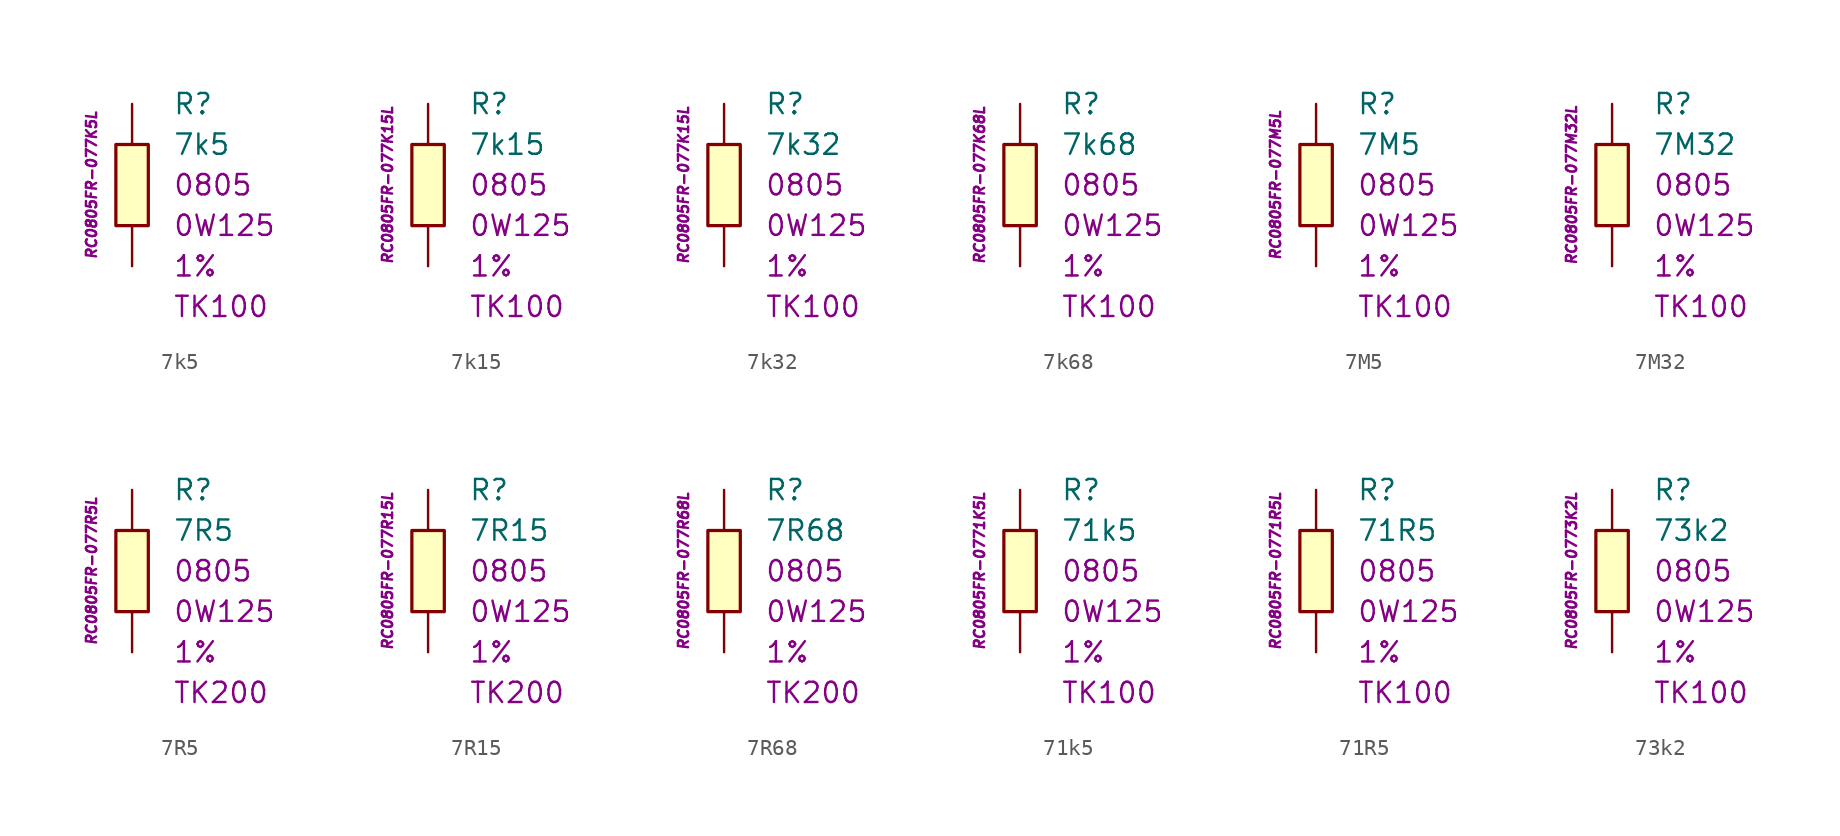
<source format=kicad_sym>
(kicad_symbol_lib
  (version 20201005)
  (generator kicad_symbol_editor)
  (symbol "7k5"
    (pin_numbers hide)
    (pin_names
      (offset 1.016) hide)
    (property "Reference" "R"
      (at 2.54 5.08 0)
      (effects (font (size 1.27 1.27)) (justify left)))
    (property "Value" "7k5"
      (at 2.54 2.54 0)
      (effects (font (size 1.27 1.27)) (justify left)))
    (property "Package" "0805"
      (at 2.54 0 0)
      (effects (font (size 1.27 1.27)) (justify left)))
    (property "Power" "0W125"
      (at 2.54 -2.54 0)
      (effects (font (size 1.27 1.27)) (justify left)))
    (property "Tolerance" "1%"
      (at 2.54 -5.08 0)
      (effects (font (size 1.27 1.27)) (justify left)))
    (property "TK" "TK100"
      (at 2.54 -7.62 0)
      (effects (font (size 1.27 1.27)) (justify left)))
    (property "ID" "RC0805FR-077K5L"
      (at -2.54 0 90)
      (effects (font (size 0.635 0.635) italic)))
    (symbol "7k5_0_1"
      (rectangle (start -1.016 2.54) (end 1.016 -2.54) (stroke (width 0.203)) (fill (type background))))
    (symbol "7k5_1_1"
      (pin passive line (at 0 5.08 270) (length 2.54) (name "~" (effects (font (size 1.778 1.778)))) (number "1" (effects (font (size 1.778 1.778)))))
      (pin passive line (at 0 -5.08 90) (length 2.54) (name "~" (effects (font (size 1.778 1.778)))) (number "2" (effects (font (size 1.778 1.778)))))))
  (symbol "7k15"
    (pin_numbers hide)
    (pin_names
      (offset 1.016) hide)
    (property "Reference" "R"
      (at 2.54 5.08 0)
      (effects (font (size 1.27 1.27)) (justify left)))
    (property "Value" "7k15"
      (at 2.54 2.54 0)
      (effects (font (size 1.27 1.27)) (justify left)))
    (property "Package" "0805"
      (at 2.54 0 0)
      (effects (font (size 1.27 1.27)) (justify left)))
    (property "Power" "0W125"
      (at 2.54 -2.54 0)
      (effects (font (size 1.27 1.27)) (justify left)))
    (property "Tolerance" "1%"
      (at 2.54 -5.08 0)
      (effects (font (size 1.27 1.27)) (justify left)))
    (property "TK" "TK100"
      (at 2.54 -7.62 0)
      (effects (font (size 1.27 1.27)) (justify left)))
    (property "ID" "RC0805FR-077K15L"
      (at -2.54 0 90)
      (effects (font (size 0.635 0.635) italic)))
    (symbol "7k15_0_1"
      (rectangle (start -1.016 2.54) (end 1.016 -2.54) (stroke (width 0.203)) (fill (type background))))
    (symbol "7k15_1_1"
      (pin passive line (at 0 5.08 270) (length 2.54) (name "~" (effects (font (size 1.778 1.778)))) (number "1" (effects (font (size 1.778 1.778)))))
      (pin passive line (at 0 -5.08 90) (length 2.54) (name "~" (effects (font (size 1.778 1.778)))) (number "2" (effects (font (size 1.778 1.778)))))))
  (symbol "7k32"
    (pin_numbers hide)
    (pin_names
      (offset 1.016) hide)
    (property "Reference" "R"
      (at 2.54 5.08 0)
      (effects (font (size 1.27 1.27)) (justify left)))
    (property "Value" "7k32"
      (at 2.54 2.54 0)
      (effects (font (size 1.27 1.27)) (justify left)))
    (property "Package" "0805"
      (at 2.54 0 0)
      (effects (font (size 1.27 1.27)) (justify left)))
    (property "Power" "0W125"
      (at 2.54 -2.54 0)
      (effects (font (size 1.27 1.27)) (justify left)))
    (property "Tolerance" "1%"
      (at 2.54 -5.08 0)
      (effects (font (size 1.27 1.27)) (justify left)))
    (property "TK" "TK100"
      (at 2.54 -7.62 0)
      (effects (font (size 1.27 1.27)) (justify left)))
    (property "ID" "RC0805FR-077K15L"
      (at -2.54 0 90)
      (effects (font (size 0.635 0.635) italic)))
    (symbol "7k32_0_1"
      (rectangle (start -1.016 2.54) (end 1.016 -2.54) (stroke (width 0.203)) (fill (type background))))
    (symbol "7k32_1_1"
      (pin passive line (at 0 5.08 270) (length 2.54) (name "~" (effects (font (size 1.778 1.778)))) (number "1" (effects (font (size 1.778 1.778)))))
      (pin passive line (at 0 -5.08 90) (length 2.54) (name "~" (effects (font (size 1.778 1.778)))) (number "2" (effects (font (size 1.778 1.778)))))))
  (symbol "7k68"
    (pin_numbers hide)
    (pin_names
      (offset 1.016) hide)
    (property "Reference" "R"
      (at 2.54 5.08 0)
      (effects (font (size 1.27 1.27)) (justify left)))
    (property "Value" "7k68"
      (at 2.54 2.54 0)
      (effects (font (size 1.27 1.27)) (justify left)))
    (property "Package" "0805"
      (at 2.54 0 0)
      (effects (font (size 1.27 1.27)) (justify left)))
    (property "Power" "0W125"
      (at 2.54 -2.54 0)
      (effects (font (size 1.27 1.27)) (justify left)))
    (property "Tolerance" "1%"
      (at 2.54 -5.08 0)
      (effects (font (size 1.27 1.27)) (justify left)))
    (property "TK" "TK100"
      (at 2.54 -7.62 0)
      (effects (font (size 1.27 1.27)) (justify left)))
    (property "ID" "RC0805FR-077K68L"
      (at -2.54 0 90)
      (effects (font (size 0.635 0.635) italic)))
    (symbol "7k68_0_1"
      (rectangle (start -1.016 2.54) (end 1.016 -2.54) (stroke (width 0.203)) (fill (type background))))
    (symbol "7k68_1_1"
      (pin passive line (at 0 5.08 270) (length 2.54) (name "~" (effects (font (size 1.778 1.778)))) (number "1" (effects (font (size 1.778 1.778)))))
      (pin passive line (at 0 -5.08 90) (length 2.54) (name "~" (effects (font (size 1.778 1.778)))) (number "2" (effects (font (size 1.778 1.778)))))))
  (symbol "7M5"
    (pin_numbers hide)
    (pin_names
      (offset 1.016) hide)
    (property "Reference" "R"
      (at 2.54 5.08 0)
      (effects (font (size 1.27 1.27)) (justify left)))
    (property "Value" "7M5"
      (at 2.54 2.54 0)
      (effects (font (size 1.27 1.27)) (justify left)))
    (property "Package" "0805"
      (at 2.54 0 0)
      (effects (font (size 1.27 1.27)) (justify left)))
    (property "Power" "0W125"
      (at 2.54 -2.54 0)
      (effects (font (size 1.27 1.27)) (justify left)))
    (property "Tolerance" "1%"
      (at 2.54 -5.08 0)
      (effects (font (size 1.27 1.27)) (justify left)))
    (property "TK" "TK100"
      (at 2.54 -7.62 0)
      (effects (font (size 1.27 1.27)) (justify left)))
    (property "ID" "RC0805FR-077M5L"
      (at -2.54 0 90)
      (effects (font (size 0.635 0.635) italic)))
    (symbol "7M5_0_1"
      (rectangle (start -1.016 2.54) (end 1.016 -2.54) (stroke (width 0.203)) (fill (type background))))
    (symbol "7M5_1_1"
      (pin passive line (at 0 5.08 270) (length 2.54) (name "~" (effects (font (size 1.778 1.778)))) (number "1" (effects (font (size 1.778 1.778)))))
      (pin passive line (at 0 -5.08 90) (length 2.54) (name "~" (effects (font (size 1.778 1.778)))) (number "2" (effects (font (size 1.778 1.778)))))))
  (symbol "7M32"
    (pin_numbers hide)
    (pin_names
      (offset 1.016) hide)
    (property "Reference" "R"
      (at 2.54 5.08 0)
      (effects (font (size 1.27 1.27)) (justify left)))
    (property "Value" "7M32"
      (at 2.54 2.54 0)
      (effects (font (size 1.27 1.27)) (justify left)))
    (property "Package" "0805"
      (at 2.54 0 0)
      (effects (font (size 1.27 1.27)) (justify left)))
    (property "Power" "0W125"
      (at 2.54 -2.54 0)
      (effects (font (size 1.27 1.27)) (justify left)))
    (property "Tolerance" "1%"
      (at 2.54 -5.08 0)
      (effects (font (size 1.27 1.27)) (justify left)))
    (property "TK" "TK100"
      (at 2.54 -7.62 0)
      (effects (font (size 1.27 1.27)) (justify left)))
    (property "ID" "RC0805FR-077M32L"
      (at -2.54 0 90)
      (effects (font (size 0.635 0.635) italic)))
    (symbol "7M32_0_1"
      (rectangle (start -1.016 2.54) (end 1.016 -2.54) (stroke (width 0.203)) (fill (type background))))
    (symbol "7M32_1_1"
      (pin passive line (at 0 5.08 270) (length 2.54) (name "~" (effects (font (size 1.778 1.778)))) (number "1" (effects (font (size 1.778 1.778)))))
      (pin passive line (at 0 -5.08 90) (length 2.54) (name "~" (effects (font (size 1.778 1.778)))) (number "2" (effects (font (size 1.778 1.778)))))))
  (symbol "7R5"
    (pin_numbers hide)
    (pin_names
      (offset 1.016) hide)
    (property "Reference" "R"
      (at 2.54 5.08 0)
      (effects (font (size 1.27 1.27)) (justify left)))
    (property "Value" "7R5"
      (at 2.54 2.54 0)
      (effects (font (size 1.27 1.27)) (justify left)))
    (property "Package" "0805"
      (at 2.54 0 0)
      (effects (font (size 1.27 1.27)) (justify left)))
    (property "Power" "0W125"
      (at 2.54 -2.54 0)
      (effects (font (size 1.27 1.27)) (justify left)))
    (property "Tolerance" "1%"
      (at 2.54 -5.08 0)
      (effects (font (size 1.27 1.27)) (justify left)))
    (property "TK" "TK200"
      (at 2.54 -7.62 0)
      (effects (font (size 1.27 1.27)) (justify left)))
    (property "ID" "RC0805FR-077R5L"
      (at -2.54 0 90)
      (effects (font (size 0.635 0.635) italic)))
    (symbol "7R5_0_1"
      (rectangle (start -1.016 2.54) (end 1.016 -2.54) (stroke (width 0.203)) (fill (type background))))
    (symbol "7R5_1_1"
      (pin passive line (at 0 5.08 270) (length 2.54) (name "~" (effects (font (size 1.778 1.778)))) (number "1" (effects (font (size 1.778 1.778)))))
      (pin passive line (at 0 -5.08 90) (length 2.54) (name "~" (effects (font (size 1.778 1.778)))) (number "2" (effects (font (size 1.778 1.778)))))))
  (symbol "7R15"
    (pin_numbers hide)
    (pin_names
      (offset 1.016) hide)
    (property "Reference" "R"
      (at 2.54 5.08 0)
      (effects (font (size 1.27 1.27)) (justify left)))
    (property "Value" "7R15"
      (at 2.54 2.54 0)
      (effects (font (size 1.27 1.27)) (justify left)))
    (property "Package" "0805"
      (at 2.54 0 0)
      (effects (font (size 1.27 1.27)) (justify left)))
    (property "Power" "0W125"
      (at 2.54 -2.54 0)
      (effects (font (size 1.27 1.27)) (justify left)))
    (property "Tolerance" "1%"
      (at 2.54 -5.08 0)
      (effects (font (size 1.27 1.27)) (justify left)))
    (property "TK" "TK200"
      (at 2.54 -7.62 0)
      (effects (font (size 1.27 1.27)) (justify left)))
    (property "ID" "RC0805FR-077R15L"
      (at -2.54 0 90)
      (effects (font (size 0.635 0.635) italic)))
    (symbol "7R15_0_1"
      (rectangle (start -1.016 2.54) (end 1.016 -2.54) (stroke (width 0.203)) (fill (type background))))
    (symbol "7R15_1_1"
      (pin passive line (at 0 5.08 270) (length 2.54) (name "~" (effects (font (size 1.778 1.778)))) (number "1" (effects (font (size 1.778 1.778)))))
      (pin passive line (at 0 -5.08 90) (length 2.54) (name "~" (effects (font (size 1.778 1.778)))) (number "2" (effects (font (size 1.778 1.778)))))))
  (symbol "7R68"
    (pin_numbers hide)
    (pin_names
      (offset 1.016) hide)
    (property "Reference" "R"
      (at 2.54 5.08 0)
      (effects (font (size 1.27 1.27)) (justify left)))
    (property "Value" "7R68"
      (at 2.54 2.54 0)
      (effects (font (size 1.27 1.27)) (justify left)))
    (property "Package" "0805"
      (at 2.54 0 0)
      (effects (font (size 1.27 1.27)) (justify left)))
    (property "Power" "0W125"
      (at 2.54 -2.54 0)
      (effects (font (size 1.27 1.27)) (justify left)))
    (property "Tolerance" "1%"
      (at 2.54 -5.08 0)
      (effects (font (size 1.27 1.27)) (justify left)))
    (property "TK" "TK200"
      (at 2.54 -7.62 0)
      (effects (font (size 1.27 1.27)) (justify left)))
    (property "ID" "RC0805FR-077R68L"
      (at -2.54 0 90)
      (effects (font (size 0.635 0.635) italic)))
    (symbol "7R68_0_1"
      (rectangle (start -1.016 2.54) (end 1.016 -2.54) (stroke (width 0.203)) (fill (type background))))
    (symbol "7R68_1_1"
      (pin passive line (at 0 5.08 270) (length 2.54) (name "~" (effects (font (size 1.778 1.778)))) (number "1" (effects (font (size 1.778 1.778)))))
      (pin passive line (at 0 -5.08 90) (length 2.54) (name "~" (effects (font (size 1.778 1.778)))) (number "2" (effects (font (size 1.778 1.778)))))))
  (symbol "71k5"
    (pin_numbers hide)
    (pin_names
      (offset 1.016) hide)
    (property "Reference" "R"
      (at 2.54 5.08 0)
      (effects (font (size 1.27 1.27)) (justify left)))
    (property "Value" "71k5"
      (at 2.54 2.54 0)
      (effects (font (size 1.27 1.27)) (justify left)))
    (property "Package" "0805"
      (at 2.54 0 0)
      (effects (font (size 1.27 1.27)) (justify left)))
    (property "Power" "0W125"
      (at 2.54 -2.54 0)
      (effects (font (size 1.27 1.27)) (justify left)))
    (property "Tolerance" "1%"
      (at 2.54 -5.08 0)
      (effects (font (size 1.27 1.27)) (justify left)))
    (property "TK" "TK100"
      (at 2.54 -7.62 0)
      (effects (font (size 1.27 1.27)) (justify left)))
    (property "ID" "RC0805FR-0771K5L"
      (at -2.54 0 90)
      (effects (font (size 0.635 0.635) italic)))
    (symbol "71k5_0_1"
      (rectangle (start -1.016 2.54) (end 1.016 -2.54) (stroke (width 0.203)) (fill (type background))))
    (symbol "71k5_1_1"
      (pin passive line (at 0 5.08 270) (length 2.54) (name "~" (effects (font (size 1.778 1.778)))) (number "1" (effects (font (size 1.778 1.778)))))
      (pin passive line (at 0 -5.08 90) (length 2.54) (name "~" (effects (font (size 1.778 1.778)))) (number "2" (effects (font (size 1.778 1.778)))))))
  (symbol "71R5"
    (pin_numbers hide)
    (pin_names
      (offset 1.016) hide)
    (property "Reference" "R"
      (at 2.54 5.08 0)
      (effects (font (size 1.27 1.27)) (justify left)))
    (property "Value" "71R5"
      (at 2.54 2.54 0)
      (effects (font (size 1.27 1.27)) (justify left)))
    (property "Package" "0805"
      (at 2.54 0 0)
      (effects (font (size 1.27 1.27)) (justify left)))
    (property "Power" "0W125"
      (at 2.54 -2.54 0)
      (effects (font (size 1.27 1.27)) (justify left)))
    (property "Tolerance" "1%"
      (at 2.54 -5.08 0)
      (effects (font (size 1.27 1.27)) (justify left)))
    (property "TK" "TK100"
      (at 2.54 -7.62 0)
      (effects (font (size 1.27 1.27)) (justify left)))
    (property "ID" "RC0805FR-0771R5L"
      (at -2.54 0 90)
      (effects (font (size 0.635 0.635) italic)))
    (symbol "71R5_0_1"
      (rectangle (start -1.016 2.54) (end 1.016 -2.54) (stroke (width 0.203)) (fill (type background))))
    (symbol "71R5_1_1"
      (pin passive line (at 0 5.08 270) (length 2.54) (name "~" (effects (font (size 1.778 1.778)))) (number "1" (effects (font (size 1.778 1.778)))))
      (pin passive line (at 0 -5.08 90) (length 2.54) (name "~" (effects (font (size 1.778 1.778)))) (number "2" (effects (font (size 1.778 1.778)))))))
  (symbol "73k2"
    (pin_numbers hide)
    (pin_names
      (offset 1.016) hide)
    (property "Reference" "R"
      (at 2.54 5.08 0)
      (effects (font (size 1.27 1.27)) (justify left)))
    (property "Value" "73k2"
      (at 2.54 2.54 0)
      (effects (font (size 1.27 1.27)) (justify left)))
    (property "Package" "0805"
      (at 2.54 0 0)
      (effects (font (size 1.27 1.27)) (justify left)))
    (property "Power" "0W125"
      (at 2.54 -2.54 0)
      (effects (font (size 1.27 1.27)) (justify left)))
    (property "Tolerance" "1%"
      (at 2.54 -5.08 0)
      (effects (font (size 1.27 1.27)) (justify left)))
    (property "TK" "TK100"
      (at 2.54 -7.62 0)
      (effects (font (size 1.27 1.27)) (justify left)))
    (property "ID" "RC0805FR-0773K2L"
      (at -2.54 0 90)
      (effects (font (size 0.635 0.635) italic)))
    (symbol "73k2_0_1"
      (rectangle (start -1.016 2.54) (end 1.016 -2.54) (stroke (width 0.203)) (fill (type background))))
    (symbol "73k2_1_1"
      (pin passive line (at 0 5.08 270) (length 2.54) (name "~" (effects (font (size 1.778 1.778)))) (number "1" (effects (font (size 1.778 1.778)))))
      (pin passive line (at 0 -5.08 90) (length 2.54) (name "~" (effects (font (size 1.778 1.778)))) (number "2" (effects (font (size 1.778 1.778))))))))
</source>
